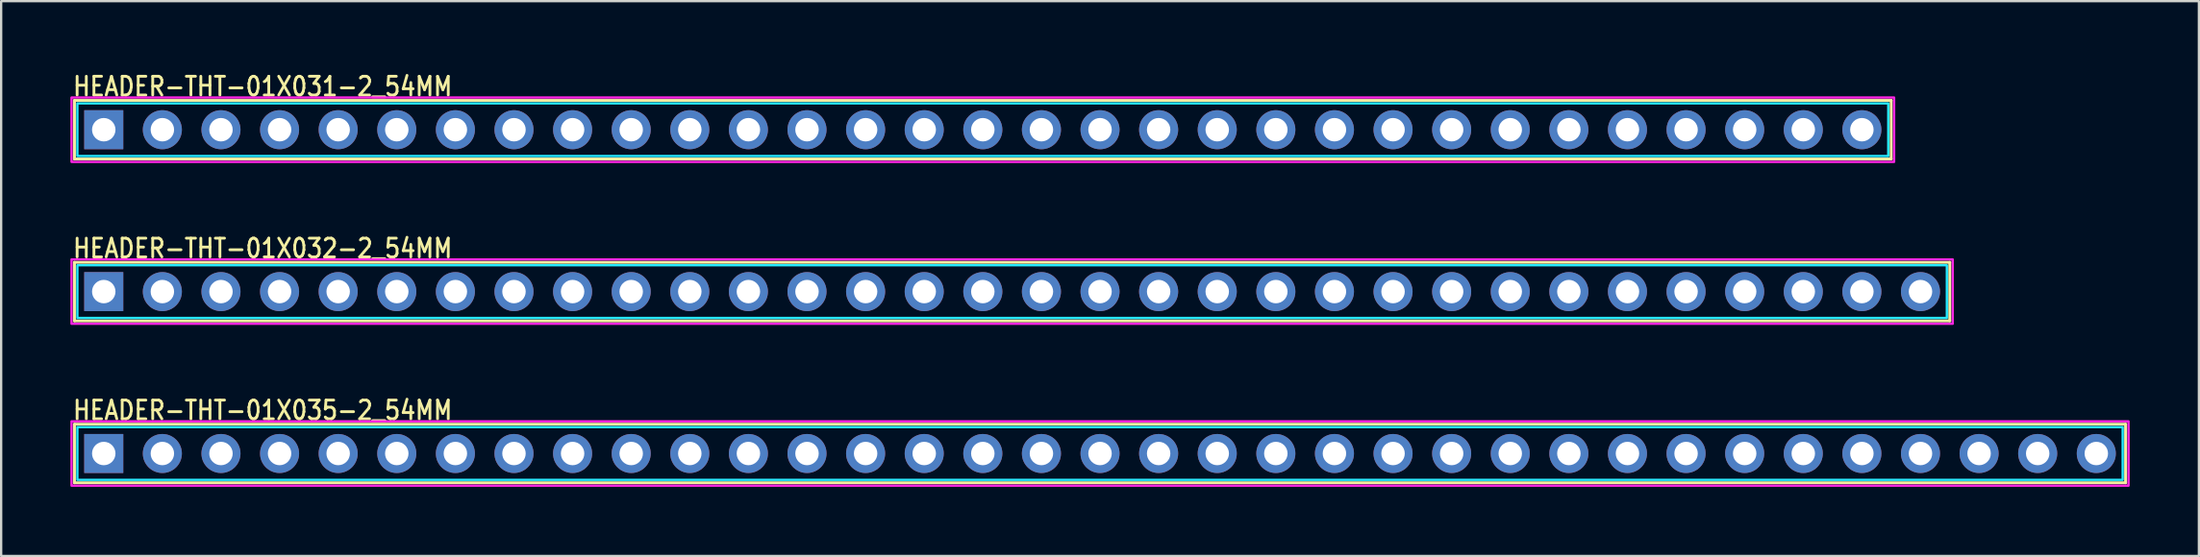
<source format=kicad_pcb>
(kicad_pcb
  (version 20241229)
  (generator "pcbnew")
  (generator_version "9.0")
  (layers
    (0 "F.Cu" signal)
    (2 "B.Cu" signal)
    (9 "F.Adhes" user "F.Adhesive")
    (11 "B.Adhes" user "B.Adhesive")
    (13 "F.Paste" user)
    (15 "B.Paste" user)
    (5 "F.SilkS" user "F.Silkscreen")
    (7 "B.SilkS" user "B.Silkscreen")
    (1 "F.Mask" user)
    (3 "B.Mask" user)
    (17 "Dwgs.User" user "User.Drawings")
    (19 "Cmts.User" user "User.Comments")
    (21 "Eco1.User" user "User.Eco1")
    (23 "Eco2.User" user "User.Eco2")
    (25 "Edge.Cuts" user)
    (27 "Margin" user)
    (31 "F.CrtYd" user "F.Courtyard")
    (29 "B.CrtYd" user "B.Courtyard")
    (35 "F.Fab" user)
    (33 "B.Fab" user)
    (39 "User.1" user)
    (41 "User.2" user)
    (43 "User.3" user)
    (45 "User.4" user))
  (footprint "HEADER-THT-01X032-2_54MM"
    (layer "F.Cu")
    (at 1.447 9.604)
    (property "Reference" "HEADER-THT-01X032-2_54MM" (at -1.4 -1.4 0) (unlocked yes) (layer "F.SilkS") (effects (font (size 0.813 0.695) (thickness 0.122)) (justify left bottom)))
    (fp_line (start -1.27 -1.27) (end -1.27 1.27) (stroke (width 0.127) (type solid)) (layer "F.SilkS"))
    (fp_line (start -1.27 1.27) (end 80.01 1.27) (stroke (width 0.127) (type solid)) (layer "F.SilkS"))
    (fp_line (start 80.01 -1.27) (end -1.27 -1.27) (stroke (width 0.127) (type solid)) (layer "F.SilkS"))
    (fp_line (start 80.01 1.27) (end 80.01 -1.27) (stroke (width 0.127) (type solid)) (layer "F.SilkS"))
    (fp_poly (pts (xy -1.143 -1.143) (xy 79.883 -1.143) (xy 79.883 1.143) (xy -1.143 1.143)) (stroke (width 0.1) (type solid)) (fill no) (layer "B.CrtYd"))
    (fp_poly (pts (xy -1.397 -1.397) (xy 80.137 -1.397) (xy 80.137 1.397) (xy -1.397 1.397)) (stroke (width 0.1) (type solid)) (fill no) (layer "F.CrtYd"))
    (pad "1" thru_hole rect (at 0 0) (size 1.693 1.693) (drill 1.016) (layers "*.Cu" "*.Mask"))
    (pad "2" thru_hole oval (at 2.54 0) (size 1.693 1.693) (drill 1.016) (layers "*.Cu" "*.Mask"))
    (pad "3" thru_hole oval (at 5.08 0) (size 1.693 1.693) (drill 1.016) (layers "*.Cu" "*.Mask"))
    (pad "4" thru_hole oval (at 7.62 0) (size 1.693 1.693) (drill 1.016) (layers "*.Cu" "*.Mask"))
    (pad "5" thru_hole oval (at 10.16 0) (size 1.693 1.693) (drill 1.016) (layers "*.Cu" "*.Mask"))
    (pad "6" thru_hole oval (at 12.7 0) (size 1.693 1.693) (drill 1.016) (layers "*.Cu" "*.Mask"))
    (pad "7" thru_hole oval (at 15.24 0) (size 1.693 1.693) (drill 1.016) (layers "*.Cu" "*.Mask"))
    (pad "8" thru_hole oval (at 17.78 0) (size 1.693 1.693) (drill 1.016) (layers "*.Cu" "*.Mask"))
    (pad "9" thru_hole oval (at 20.32 0) (size 1.693 1.693) (drill 1.016) (layers "*.Cu" "*.Mask"))
    (pad "10" thru_hole oval (at 22.86 0) (size 1.693 1.693) (drill 1.016) (layers "*.Cu" "*.Mask"))
    (pad "11" thru_hole oval (at 25.4 0) (size 1.693 1.693) (drill 1.016) (layers "*.Cu" "*.Mask"))
    (pad "12" thru_hole oval (at 27.94 0) (size 1.693 1.693) (drill 1.016) (layers "*.Cu" "*.Mask"))
    (pad "13" thru_hole oval (at 30.48 0) (size 1.693 1.693) (drill 1.016) (layers "*.Cu" "*.Mask"))
    (pad "14" thru_hole oval (at 33.02 0) (size 1.693 1.693) (drill 1.016) (layers "*.Cu" "*.Mask"))
    (pad "15" thru_hole oval (at 35.56 0) (size 1.693 1.693) (drill 1.016) (layers "*.Cu" "*.Mask"))
    (pad "16" thru_hole oval (at 38.1 0) (size 1.693 1.693) (drill 1.016) (layers "*.Cu" "*.Mask"))
    (pad "17" thru_hole oval (at 40.64 0) (size 1.693 1.693) (drill 1.016) (layers "*.Cu" "*.Mask"))
    (pad "18" thru_hole oval (at 43.18 0) (size 1.693 1.693) (drill 1.016) (layers "*.Cu" "*.Mask"))
    (pad "19" thru_hole oval (at 45.72 0) (size 1.693 1.693) (drill 1.016) (layers "*.Cu" "*.Mask"))
    (pad "20" thru_hole oval (at 48.26 0) (size 1.693 1.693) (drill 1.016) (layers "*.Cu" "*.Mask"))
    (pad "21" thru_hole oval (at 50.8 0) (size 1.693 1.693) (drill 1.016) (layers "*.Cu" "*.Mask"))
    (pad "22" thru_hole oval (at 53.34 0) (size 1.693 1.693) (drill 1.016) (layers "*.Cu" "*.Mask"))
    (pad "23" thru_hole oval (at 55.88 0) (size 1.693 1.693) (drill 1.016) (layers "*.Cu" "*.Mask"))
    (pad "24" thru_hole oval (at 58.42 0) (size 1.693 1.693) (drill 1.016) (layers "*.Cu" "*.Mask"))
    (pad "25" thru_hole oval (at 60.96 0) (size 1.693 1.693) (drill 1.016) (layers "*.Cu" "*.Mask"))
    (pad "26" thru_hole oval (at 63.5 0) (size 1.693 1.693) (drill 1.016) (layers "*.Cu" "*.Mask"))
    (pad "27" thru_hole oval (at 66.04 0) (size 1.693 1.693) (drill 1.016) (layers "*.Cu" "*.Mask"))
    (pad "28" thru_hole oval (at 68.58 0) (size 1.693 1.693) (drill 1.016) (layers "*.Cu" "*.Mask"))
    (pad "29" thru_hole oval (at 71.12 0) (size 1.693 1.693) (drill 1.016) (layers "*.Cu" "*.Mask"))
    (pad "30" thru_hole oval (at 73.66 0) (size 1.693 1.693) (drill 1.016) (layers "*.Cu" "*.Mask"))
    (pad "31" thru_hole oval (at 76.2 0) (size 1.693 1.693) (drill 1.016) (layers "*.Cu" "*.Mask"))
    (pad "32" thru_hole oval (at 78.74 0) (size 1.693 1.693) (drill 1.016) (layers "*.Cu" "*.Mask")))
  (footprint "HEADER-THT-01X035-2_54MM"
    (layer "F.Cu")
    (at 1.447 16.63)
    (property "Reference" "HEADER-THT-01X035-2_54MM" (at -1.4 -1.4 0) (unlocked yes) (layer "F.SilkS") (effects (font (size 0.813 0.695) (thickness 0.122)) (justify left bottom)))
    (fp_line (start -1.27 -1.27) (end -1.27 1.27) (stroke (width 0.127) (type solid)) (layer "F.SilkS"))
    (fp_line (start -1.27 1.27) (end 87.63 1.27) (stroke (width 0.127) (type solid)) (layer "F.SilkS"))
    (fp_line (start 87.63 -1.27) (end -1.27 -1.27) (stroke (width 0.127) (type solid)) (layer "F.SilkS"))
    (fp_line (start 87.63 1.27) (end 87.63 -1.27) (stroke (width 0.127) (type solid)) (layer "F.SilkS"))
    (fp_poly (pts (xy -1.143 -1.143) (xy 87.503 -1.143) (xy 87.503 1.143) (xy -1.143 1.143)) (stroke (width 0.1) (type solid)) (fill no) (layer "B.CrtYd"))
    (fp_poly (pts (xy -1.397 -1.397) (xy 87.757 -1.397) (xy 87.757 1.397) (xy -1.397 1.397)) (stroke (width 0.1) (type solid)) (fill no) (layer "F.CrtYd"))
    (pad "1" thru_hole rect (at 0 0) (size 1.693 1.693) (drill 1.016) (layers "*.Cu" "*.Mask"))
    (pad "2" thru_hole oval (at 2.54 0) (size 1.693 1.693) (drill 1.016) (layers "*.Cu" "*.Mask"))
    (pad "3" thru_hole oval (at 5.08 0) (size 1.693 1.693) (drill 1.016) (layers "*.Cu" "*.Mask"))
    (pad "4" thru_hole oval (at 7.62 0) (size 1.693 1.693) (drill 1.016) (layers "*.Cu" "*.Mask"))
    (pad "5" thru_hole oval (at 10.16 0) (size 1.693 1.693) (drill 1.016) (layers "*.Cu" "*.Mask"))
    (pad "6" thru_hole oval (at 12.7 0) (size 1.693 1.693) (drill 1.016) (layers "*.Cu" "*.Mask"))
    (pad "7" thru_hole oval (at 15.24 0) (size 1.693 1.693) (drill 1.016) (layers "*.Cu" "*.Mask"))
    (pad "8" thru_hole oval (at 17.78 0) (size 1.693 1.693) (drill 1.016) (layers "*.Cu" "*.Mask"))
    (pad "9" thru_hole oval (at 20.32 0) (size 1.693 1.693) (drill 1.016) (layers "*.Cu" "*.Mask"))
    (pad "10" thru_hole oval (at 22.86 0) (size 1.693 1.693) (drill 1.016) (layers "*.Cu" "*.Mask"))
    (pad "11" thru_hole oval (at 25.4 0) (size 1.693 1.693) (drill 1.016) (layers "*.Cu" "*.Mask"))
    (pad "12" thru_hole oval (at 27.94 0) (size 1.693 1.693) (drill 1.016) (layers "*.Cu" "*.Mask"))
    (pad "13" thru_hole oval (at 30.48 0) (size 1.693 1.693) (drill 1.016) (layers "*.Cu" "*.Mask"))
    (pad "14" thru_hole oval (at 33.02 0) (size 1.693 1.693) (drill 1.016) (layers "*.Cu" "*.Mask"))
    (pad "15" thru_hole oval (at 35.56 0) (size 1.693 1.693) (drill 1.016) (layers "*.Cu" "*.Mask"))
    (pad "16" thru_hole oval (at 38.1 0) (size 1.693 1.693) (drill 1.016) (layers "*.Cu" "*.Mask"))
    (pad "17" thru_hole oval (at 40.64 0) (size 1.693 1.693) (drill 1.016) (layers "*.Cu" "*.Mask"))
    (pad "18" thru_hole oval (at 43.18 0) (size 1.693 1.693) (drill 1.016) (layers "*.Cu" "*.Mask"))
    (pad "19" thru_hole oval (at 45.72 0) (size 1.693 1.693) (drill 1.016) (layers "*.Cu" "*.Mask"))
    (pad "20" thru_hole oval (at 48.26 0) (size 1.693 1.693) (drill 1.016) (layers "*.Cu" "*.Mask"))
    (pad "21" thru_hole oval (at 50.8 0) (size 1.693 1.693) (drill 1.016) (layers "*.Cu" "*.Mask"))
    (pad "22" thru_hole oval (at 53.34 0) (size 1.693 1.693) (drill 1.016) (layers "*.Cu" "*.Mask"))
    (pad "23" thru_hole oval (at 55.88 0) (size 1.693 1.693) (drill 1.016) (layers "*.Cu" "*.Mask"))
    (pad "24" thru_hole oval (at 58.42 0) (size 1.693 1.693) (drill 1.016) (layers "*.Cu" "*.Mask"))
    (pad "25" thru_hole oval (at 60.96 0) (size 1.693 1.693) (drill 1.016) (layers "*.Cu" "*.Mask"))
    (pad "26" thru_hole oval (at 63.5 0) (size 1.693 1.693) (drill 1.016) (layers "*.Cu" "*.Mask"))
    (pad "27" thru_hole oval (at 66.04 0) (size 1.693 1.693) (drill 1.016) (layers "*.Cu" "*.Mask"))
    (pad "28" thru_hole oval (at 68.58 0) (size 1.693 1.693) (drill 1.016) (layers "*.Cu" "*.Mask"))
    (pad "29" thru_hole oval (at 71.12 0) (size 1.693 1.693) (drill 1.016) (layers "*.Cu" "*.Mask"))
    (pad "30" thru_hole oval (at 73.66 0) (size 1.693 1.693) (drill 1.016) (layers "*.Cu" "*.Mask"))
    (pad "31" thru_hole oval (at 76.2 0) (size 1.693 1.693) (drill 1.016) (layers "*.Cu" "*.Mask"))
    (pad "32" thru_hole oval (at 78.74 0) (size 1.693 1.693) (drill 1.016) (layers "*.Cu" "*.Mask"))
    (pad "33" thru_hole oval (at 81.28 0) (size 1.693 1.693) (drill 1.016) (layers "*.Cu" "*.Mask"))
    (pad "34" thru_hole oval (at 83.82 0) (size 1.693 1.693) (drill 1.016) (layers "*.Cu" "*.Mask"))
    (pad "35" thru_hole oval (at 86.36 0) (size 1.693 1.693) (drill 1.016) (layers "*.Cu" "*.Mask")))
  (footprint "HEADER-THT-01X031-2_54MM"
    (layer "F.Cu")
    (at 1.447 2.579)
    (property "Reference" "HEADER-THT-01X031-2_54MM" (at -1.4 -1.4 0) (unlocked yes) (layer "F.SilkS") (effects (font (size 0.813 0.695) (thickness 0.122)) (justify left bottom)))
    (fp_line (start -1.27 -1.27) (end -1.27 1.27) (stroke (width 0.127) (type solid)) (layer "F.SilkS"))
    (fp_line (start -1.27 1.27) (end 77.47 1.27) (stroke (width 0.127) (type solid)) (layer "F.SilkS"))
    (fp_line (start 77.47 -1.27) (end -1.27 -1.27) (stroke (width 0.127) (type solid)) (layer "F.SilkS"))
    (fp_line (start 77.47 1.27) (end 77.47 -1.27) (stroke (width 0.127) (type solid)) (layer "F.SilkS"))
    (fp_poly (pts (xy -1.143 -1.143) (xy 77.343 -1.143) (xy 77.343 1.143) (xy -1.143 1.143)) (stroke (width 0.1) (type solid)) (fill no) (layer "B.CrtYd"))
    (fp_poly (pts (xy -1.397 -1.397) (xy 77.597 -1.397) (xy 77.597 1.397) (xy -1.397 1.397)) (stroke (width 0.1) (type solid)) (fill no) (layer "F.CrtYd"))
    (pad "1" thru_hole rect (at 0 0) (size 1.693 1.693) (drill 1.016) (layers "*.Cu" "*.Mask"))
    (pad "2" thru_hole oval (at 2.54 0) (size 1.693 1.693) (drill 1.016) (layers "*.Cu" "*.Mask"))
    (pad "3" thru_hole oval (at 5.08 0) (size 1.693 1.693) (drill 1.016) (layers "*.Cu" "*.Mask"))
    (pad "4" thru_hole oval (at 7.62 0) (size 1.693 1.693) (drill 1.016) (layers "*.Cu" "*.Mask"))
    (pad "5" thru_hole oval (at 10.16 0) (size 1.693 1.693) (drill 1.016) (layers "*.Cu" "*.Mask"))
    (pad "6" thru_hole oval (at 12.7 0) (size 1.693 1.693) (drill 1.016) (layers "*.Cu" "*.Mask"))
    (pad "7" thru_hole oval (at 15.24 0) (size 1.693 1.693) (drill 1.016) (layers "*.Cu" "*.Mask"))
    (pad "8" thru_hole oval (at 17.78 0) (size 1.693 1.693) (drill 1.016) (layers "*.Cu" "*.Mask"))
    (pad "9" thru_hole oval (at 20.32 0) (size 1.693 1.693) (drill 1.016) (layers "*.Cu" "*.Mask"))
    (pad "10" thru_hole oval (at 22.86 0) (size 1.693 1.693) (drill 1.016) (layers "*.Cu" "*.Mask"))
    (pad "11" thru_hole oval (at 25.4 0) (size 1.693 1.693) (drill 1.016) (layers "*.Cu" "*.Mask"))
    (pad "12" thru_hole oval (at 27.94 0) (size 1.693 1.693) (drill 1.016) (layers "*.Cu" "*.Mask"))
    (pad "13" thru_hole oval (at 30.48 0) (size 1.693 1.693) (drill 1.016) (layers "*.Cu" "*.Mask"))
    (pad "14" thru_hole oval (at 33.02 0) (size 1.693 1.693) (drill 1.016) (layers "*.Cu" "*.Mask"))
    (pad "15" thru_hole oval (at 35.56 0) (size 1.693 1.693) (drill 1.016) (layers "*.Cu" "*.Mask"))
    (pad "16" thru_hole oval (at 38.1 0) (size 1.693 1.693) (drill 1.016) (layers "*.Cu" "*.Mask"))
    (pad "17" thru_hole oval (at 40.64 0) (size 1.693 1.693) (drill 1.016) (layers "*.Cu" "*.Mask"))
    (pad "18" thru_hole oval (at 43.18 0) (size 1.693 1.693) (drill 1.016) (layers "*.Cu" "*.Mask"))
    (pad "19" thru_hole oval (at 45.72 0) (size 1.693 1.693) (drill 1.016) (layers "*.Cu" "*.Mask"))
    (pad "20" thru_hole oval (at 48.26 0) (size 1.693 1.693) (drill 1.016) (layers "*.Cu" "*.Mask"))
    (pad "21" thru_hole oval (at 50.8 0) (size 1.693 1.693) (drill 1.016) (layers "*.Cu" "*.Mask"))
    (pad "22" thru_hole oval (at 53.34 0) (size 1.693 1.693) (drill 1.016) (layers "*.Cu" "*.Mask"))
    (pad "23" thru_hole oval (at 55.88 0) (size 1.693 1.693) (drill 1.016) (layers "*.Cu" "*.Mask"))
    (pad "24" thru_hole oval (at 58.42 0) (size 1.693 1.693) (drill 1.016) (layers "*.Cu" "*.Mask"))
    (pad "25" thru_hole oval (at 60.96 0) (size 1.693 1.693) (drill 1.016) (layers "*.Cu" "*.Mask"))
    (pad "26" thru_hole oval (at 63.5 0) (size 1.693 1.693) (drill 1.016) (layers "*.Cu" "*.Mask"))
    (pad "27" thru_hole oval (at 66.04 0) (size 1.693 1.693) (drill 1.016) (layers "*.Cu" "*.Mask"))
    (pad "28" thru_hole oval (at 68.58 0) (size 1.693 1.693) (drill 1.016) (layers "*.Cu" "*.Mask"))
    (pad "29" thru_hole oval (at 71.12 0) (size 1.693 1.693) (drill 1.016) (layers "*.Cu" "*.Mask"))
    (pad "30" thru_hole oval (at 73.66 0) (size 1.693 1.693) (drill 1.016) (layers "*.Cu" "*.Mask"))
    (pad "31" thru_hole oval (at 76.2 0) (size 1.693 1.693) (drill 1.016) (layers "*.Cu" "*.Mask")))
  (gr_rect
    (start -3 -3)
    (end 92.254 21.077)
    (stroke (width 0.1) (type default))
    (fill no)
    (layer "Edge.Cuts")))
</source>
